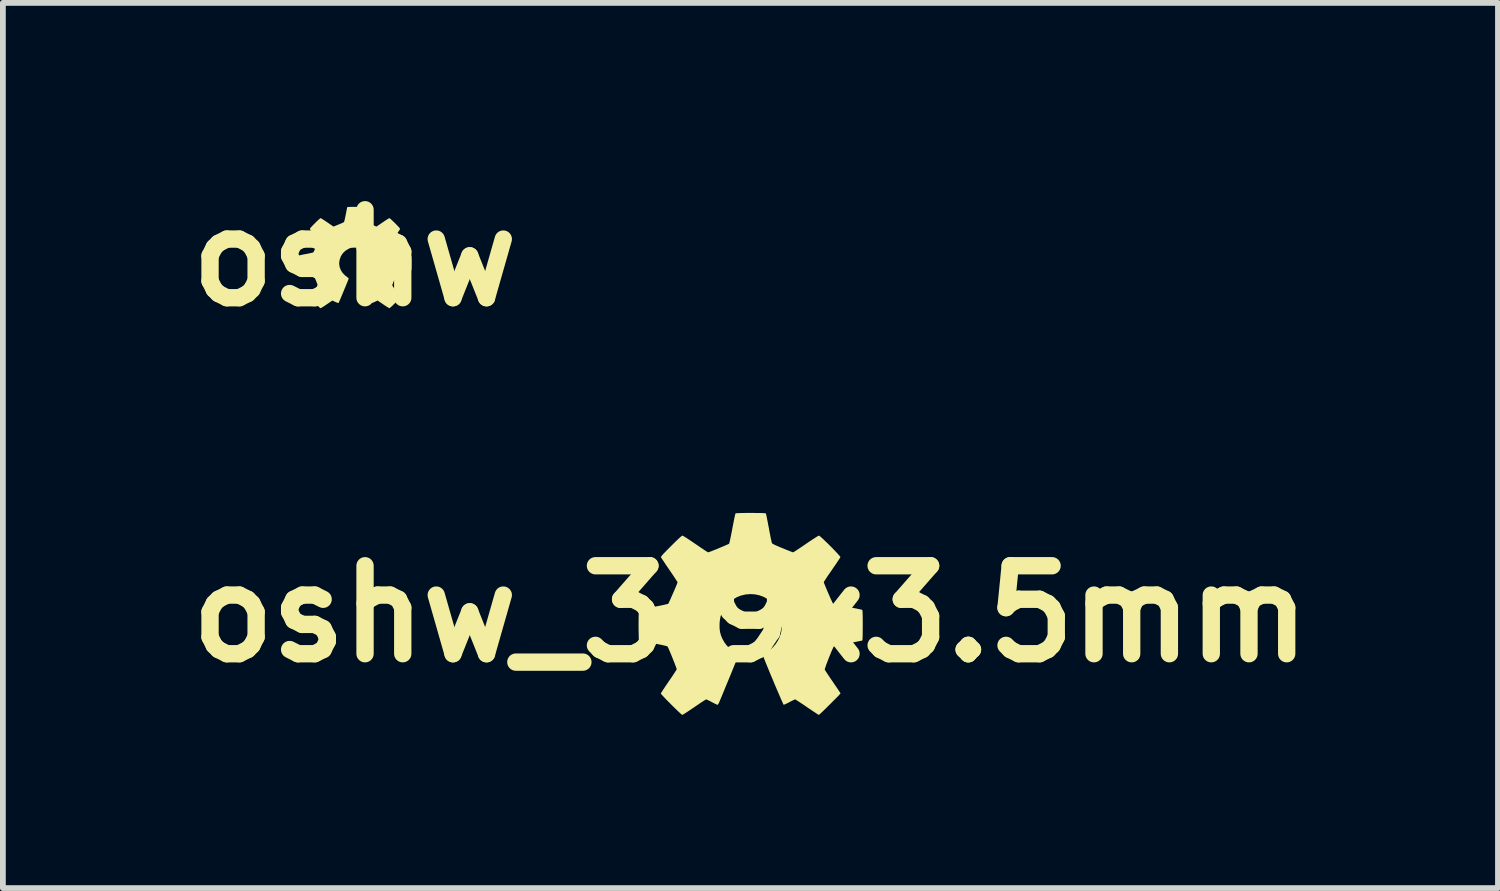
<source format=kicad_pcb>
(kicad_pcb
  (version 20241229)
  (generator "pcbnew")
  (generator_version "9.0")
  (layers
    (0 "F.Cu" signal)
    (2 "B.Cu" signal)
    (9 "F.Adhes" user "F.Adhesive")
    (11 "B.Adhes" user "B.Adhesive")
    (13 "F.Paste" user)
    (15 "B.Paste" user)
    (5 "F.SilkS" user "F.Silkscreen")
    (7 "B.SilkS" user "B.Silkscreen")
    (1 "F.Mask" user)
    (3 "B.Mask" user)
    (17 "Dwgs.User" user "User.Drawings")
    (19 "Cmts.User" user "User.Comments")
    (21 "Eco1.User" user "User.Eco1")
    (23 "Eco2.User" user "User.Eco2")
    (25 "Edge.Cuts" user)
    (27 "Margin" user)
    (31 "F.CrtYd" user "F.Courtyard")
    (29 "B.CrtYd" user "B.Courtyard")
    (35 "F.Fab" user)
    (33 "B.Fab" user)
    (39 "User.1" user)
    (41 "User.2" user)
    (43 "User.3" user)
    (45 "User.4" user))
  (footprint "oshw"
    (layer "F.Cu")
    (at 3.092 1.418)
    (property "Reference" "oshw" (at 0 0 0) (layer "F.SilkS") (effects (font (size 1.524 1.524) (thickness 0.3))))
    (attr through_hole)
    (fp_poly (pts (xy 0.041 -0.885) (xy 0.077 -0.884) (xy 0.107 -0.883) (xy 0.129 -0.882) (xy 0.14 -0.88) (xy 0.141 -0.88) (xy 0.143 -0.871) (xy 0.148 -0.85) (xy 0.154 -0.82) (xy 0.161 -0.784) (xy 0.167 -0.751) (xy 0.177 -0.699) (xy 0.186 -0.659) (xy 0.194 -0.632) (xy 0.2 -0.62) (xy 0.201 -0.619) (xy 0.212 -0.613) (xy 0.233 -0.603) (xy 0.262 -0.591) (xy 0.295 -0.577) (xy 0.296 -0.577) (xy 0.38 -0.543) (xy 0.487 -0.616) (xy 0.522 -0.64) (xy 0.553 -0.66) (xy 0.579 -0.676) (xy 0.596 -0.686) (xy 0.604 -0.689) (xy 0.612 -0.685) (xy 0.628 -0.671) (xy 0.651 -0.65) (xy 0.678 -0.624) (xy 0.703 -0.6) (xy 0.735 -0.567) (xy 0.758 -0.543) (xy 0.774 -0.526) (xy 0.783 -0.514) (xy 0.786 -0.505) (xy 0.786 -0.498) (xy 0.784 -0.493) (xy 0.777 -0.482) (xy 0.763 -0.461) (xy 0.744 -0.433) (xy 0.722 -0.4) (xy 0.71 -0.383) (xy 0.688 -0.351) (xy 0.669 -0.322) (xy 0.655 -0.3) (xy 0.647 -0.287) (xy 0.646 -0.284) (xy 0.649 -0.274) (xy 0.656 -0.254) (xy 0.668 -0.228) (xy 0.681 -0.197) (xy 0.695 -0.166) (xy 0.708 -0.138) (xy 0.719 -0.115) (xy 0.726 -0.1) (xy 0.728 -0.097) (xy 0.738 -0.093) (xy 0.759 -0.088) (xy 0.79 -0.081) (xy 0.826 -0.073) (xy 0.849 -0.069) (xy 0.889 -0.062) (xy 0.924 -0.055) (xy 0.952 -0.049) (xy 0.97 -0.044) (xy 0.974 -0.042) (xy 0.979 -0.039) (xy 0.982 -0.032) (xy 0.985 -0.019) (xy 0.986 0.000452) (xy 0.987 0.03) (xy 0.987 0.071) (xy 0.987 0.091) (xy 0.987 0.137) (xy 0.986 0.171) (xy 0.985 0.194) (xy 0.983 0.209) (xy 0.98 0.218) (xy 0.976 0.223) (xy 0.974 0.224) (xy 0.963 0.227) (xy 0.94 0.233) (xy 0.909 0.239) (xy 0.871 0.247) (xy 0.853 0.25) (xy 0.814 0.257) (xy 0.78 0.265) (xy 0.754 0.271) (xy 0.738 0.276) (xy 0.735 0.278) (xy 0.729 0.287) (xy 0.72 0.307) (xy 0.708 0.334) (xy 0.695 0.365) (xy 0.681 0.397) (xy 0.669 0.428) (xy 0.66 0.453) (xy 0.654 0.469) (xy 0.653 0.474) (xy 0.657 0.482) (xy 0.668 0.499) (xy 0.684 0.525) (xy 0.704 0.555) (xy 0.714 0.57) (xy 0.737 0.603) (xy 0.757 0.633) (xy 0.772 0.657) (xy 0.782 0.672) (xy 0.784 0.676) (xy 0.786 0.682) (xy 0.785 0.69) (xy 0.78 0.699) (xy 0.768 0.714) (xy 0.75 0.734) (xy 0.723 0.761) (xy 0.703 0.781) (xy 0.673 0.81) (xy 0.647 0.836) (xy 0.625 0.855) (xy 0.61 0.867) (xy 0.604 0.871) (xy 0.595 0.867) (xy 0.576 0.856) (xy 0.55 0.84) (xy 0.518 0.819) (xy 0.496 0.804) (xy 0.399 0.738) (xy 0.348 0.762) (xy 0.32 0.774) (xy 0.301 0.78) (xy 0.291 0.78) (xy 0.287 0.772) (xy 0.278 0.752) (xy 0.266 0.723) (xy 0.25 0.687) (xy 0.233 0.645) (xy 0.214 0.6) (xy 0.195 0.553) (xy 0.176 0.507) (xy 0.158 0.464) (xy 0.143 0.426) (xy 0.13 0.394) (xy 0.121 0.37) (xy 0.116 0.358) (xy 0.116 0.356) (xy 0.122 0.349) (xy 0.136 0.337) (xy 0.157 0.32) (xy 0.161 0.317) (xy 0.21 0.273) (xy 0.246 0.223) (xy 0.27 0.169) (xy 0.281 0.111) (xy 0.278 0.052) (xy 0.273 0.03) (xy 0.25 -0.031) (xy 0.216 -0.083) (xy 0.171 -0.126) (xy 0.117 -0.158) (xy 0.095 -0.168) (xy 0.074 -0.174) (xy 0.051 -0.177) (xy 0.019 -0.178) (xy 0.007 -0.178) (xy -0.028 -0.177) (xy -0.054 -0.175) (xy -0.075 -0.17) (xy -0.096 -0.162) (xy -0.103 -0.158) (xy -0.158 -0.125) (xy -0.203 -0.082) (xy -0.237 -0.029) (xy -0.258 0.03) (xy -0.267 0.09) (xy -0.261 0.148) (xy -0.242 0.204) (xy -0.21 0.256) (xy -0.166 0.302) (xy -0.147 0.317) (xy -0.125 0.333) (xy -0.109 0.347) (xy -0.102 0.356) (xy -0.102 0.356) (xy -0.104 0.365) (xy -0.112 0.385) (xy -0.123 0.414) (xy -0.138 0.45) (xy -0.155 0.492) (xy -0.174 0.538) (xy -0.193 0.584) (xy -0.212 0.63) (xy -0.23 0.673) (xy -0.246 0.711) (xy -0.26 0.743) (xy -0.27 0.766) (xy -0.276 0.778) (xy -0.277 0.78) (xy -0.286 0.78) (xy -0.306 0.774) (xy -0.334 0.762) (xy -0.384 0.738) (xy -0.482 0.804) (xy -0.515 0.827) (xy -0.545 0.846) (xy -0.569 0.861) (xy -0.584 0.869) (xy -0.589 0.871) (xy -0.597 0.866) (xy -0.614 0.852) (xy -0.636 0.832) (xy -0.664 0.806) (xy -0.688 0.781) (xy -0.721 0.748) (xy -0.744 0.724) (xy -0.759 0.707) (xy -0.768 0.695) (xy -0.772 0.686) (xy -0.771 0.679) (xy -0.77 0.676) (xy -0.763 0.664) (xy -0.749 0.644) (xy -0.731 0.616) (xy -0.709 0.584) (xy -0.7 0.57) (xy -0.679 0.538) (xy -0.66 0.511) (xy -0.647 0.489) (xy -0.64 0.476) (xy -0.639 0.474) (xy -0.641 0.463) (xy -0.649 0.443) (xy -0.66 0.415) (xy -0.672 0.384) (xy -0.686 0.352) (xy -0.699 0.322) (xy -0.71 0.298) (xy -0.718 0.282) (xy -0.72 0.278) (xy -0.73 0.274) (xy -0.752 0.268) (xy -0.782 0.261) (xy -0.819 0.254) (xy -0.838 0.25) (xy -0.877 0.243) (xy -0.912 0.236) (xy -0.939 0.23) (xy -0.956 0.225) (xy -0.96 0.224) (xy -0.964 0.22) (xy -0.968 0.213) (xy -0.97 0.201) (xy -0.971 0.181) (xy -0.972 0.152) (xy -0.972 0.111) (xy -0.972 0.091) (xy -0.972 0.045) (xy -0.972 0.011) (xy -0.971 -0.012) (xy -0.969 -0.027) (xy -0.966 -0.036) (xy -0.962 -0.041) (xy -0.96 -0.042) (xy -0.948 -0.046) (xy -0.926 -0.051) (xy -0.894 -0.058) (xy -0.857 -0.065) (xy -0.835 -0.069) (xy -0.795 -0.077) (xy -0.761 -0.084) (xy -0.734 -0.09) (xy -0.718 -0.095) (xy -0.714 -0.097) (xy -0.708 -0.106) (xy -0.699 -0.125) (xy -0.687 -0.152) (xy -0.673 -0.182) (xy -0.659 -0.213) (xy -0.647 -0.242) (xy -0.637 -0.266) (xy -0.632 -0.281) (xy -0.631 -0.284) (xy -0.635 -0.291) (xy -0.646 -0.309) (xy -0.662 -0.334) (xy -0.683 -0.364) (xy -0.696 -0.383) (xy -0.719 -0.417) (xy -0.739 -0.447) (xy -0.756 -0.472) (xy -0.766 -0.489) (xy -0.769 -0.493) (xy -0.772 -0.5) (xy -0.771 -0.507) (xy -0.767 -0.516) (xy -0.756 -0.529) (xy -0.739 -0.548) (xy -0.714 -0.574) (xy -0.688 -0.6) (xy -0.659 -0.629) (xy -0.632 -0.654) (xy -0.61 -0.674) (xy -0.595 -0.686) (xy -0.589 -0.689) (xy -0.58 -0.686) (xy -0.562 -0.675) (xy -0.535 -0.658) (xy -0.503 -0.637) (xy -0.472 -0.616) (xy -0.365 -0.543) (xy -0.281 -0.577) (xy -0.248 -0.591) (xy -0.219 -0.603) (xy -0.198 -0.613) (xy -0.187 -0.619) (xy -0.186 -0.619) (xy -0.18 -0.63) (xy -0.173 -0.655) (xy -0.164 -0.694) (xy -0.154 -0.745) (xy -0.152 -0.751) (xy -0.145 -0.791) (xy -0.138 -0.827) (xy -0.132 -0.855) (xy -0.128 -0.874) (xy -0.126 -0.88) (xy -0.118 -0.882) (xy -0.098 -0.883) (xy -0.069 -0.884) (xy -0.035 -0.885) (xy 0.003 -0.885) (xy 0.041 -0.885)) (stroke (width 0) (type solid)) (fill yes) (layer "F.SilkS")))
  (footprint "oshw_3.9x3.5mm"
    (layer "F.Cu")
    (at 9.95 7.585)
    (property "Reference" "oshw_3.9x3.5mm" (at 0 0 0) (layer "F.SilkS") (effects (font (size 1.524 1.524) (thickness 0.3))))
    (attr through_hole)
    (fp_poly (pts (xy 0.075 -1.749) (xy 0.134 -1.748) (xy 0.18 -1.748) (xy 0.215 -1.747) (xy 0.24 -1.745) (xy 0.257 -1.743) (xy 0.265 -1.741) (xy 0.267 -1.74) (xy 0.27 -1.731) (xy 0.275 -1.709) (xy 0.282 -1.677) (xy 0.29 -1.635) (xy 0.3 -1.586) (xy 0.31 -1.531) (xy 0.319 -1.488) (xy 0.329 -1.429) (xy 0.34 -1.375) (xy 0.349 -1.327) (xy 0.358 -1.286) (xy 0.365 -1.254) (xy 0.37 -1.234) (xy 0.372 -1.227) (xy 0.378 -1.22) (xy 0.39 -1.212) (xy 0.409 -1.202) (xy 0.437 -1.189) (xy 0.475 -1.172) (xy 0.525 -1.151) (xy 0.555 -1.139) (xy 0.603 -1.119) (xy 0.646 -1.102) (xy 0.683 -1.087) (xy 0.712 -1.076) (xy 0.731 -1.069) (xy 0.739 -1.067) (xy 0.747 -1.071) (xy 0.765 -1.082) (xy 0.793 -1.1) (xy 0.828 -1.123) (xy 0.87 -1.151) (xy 0.916 -1.182) (xy 0.96 -1.212) (xy 1.009 -1.246) (xy 1.056 -1.277) (xy 1.097 -1.304) (xy 1.133 -1.327) (xy 1.16 -1.344) (xy 1.179 -1.354) (xy 1.186 -1.357) (xy 1.195 -1.352) (xy 1.213 -1.338) (xy 1.237 -1.317) (xy 1.267 -1.289) (xy 1.301 -1.256) (xy 1.338 -1.221) (xy 1.376 -1.183) (xy 1.414 -1.145) (xy 1.45 -1.108) (xy 1.483 -1.073) (xy 1.512 -1.042) (xy 1.535 -1.016) (xy 1.551 -0.997) (xy 1.558 -0.986) (xy 1.558 -0.984) (xy 1.555 -0.977) (xy 1.548 -0.966) (xy 1.537 -0.948) (xy 1.521 -0.925) (xy 1.5 -0.893) (xy 1.473 -0.853) (xy 1.439 -0.804) (xy 1.398 -0.744) (xy 1.374 -0.709) (xy 1.345 -0.668) (xy 1.32 -0.63) (xy 1.299 -0.597) (xy 1.282 -0.572) (xy 1.273 -0.555) (xy 1.27 -0.549) (xy 1.273 -0.54) (xy 1.281 -0.519) (xy 1.293 -0.489) (xy 1.308 -0.453) (xy 1.325 -0.412) (xy 1.344 -0.368) (xy 1.363 -0.325) (xy 1.381 -0.283) (xy 1.398 -0.245) (xy 1.413 -0.214) (xy 1.424 -0.19) (xy 1.431 -0.178) (xy 1.432 -0.176) (xy 1.441 -0.173) (xy 1.463 -0.167) (xy 1.495 -0.16) (xy 1.537 -0.151) (xy 1.586 -0.141) (xy 1.641 -0.13) (xy 1.684 -0.122) (xy 1.742 -0.111) (xy 1.795 -0.101) (xy 1.842 -0.092) (xy 1.882 -0.083) (xy 1.912 -0.077) (xy 1.93 -0.072) (xy 1.936 -0.07) (xy 1.938 -0.065) (xy 1.94 -0.053) (xy 1.942 -0.032) (xy 1.943 -0.002) (xy 1.944 0.039) (xy 1.945 0.091) (xy 1.945 0.156) (xy 1.945 0.196) (xy 1.945 0.256) (xy 1.944 0.312) (xy 1.944 0.361) (xy 1.943 0.402) (xy 1.941 0.433) (xy 1.94 0.453) (xy 1.939 0.46) (xy 1.93 0.462) (xy 1.909 0.467) (xy 1.878 0.473) (xy 1.837 0.481) (xy 1.788 0.491) (xy 1.734 0.501) (xy 1.694 0.508) (xy 1.621 0.522) (xy 1.561 0.534) (xy 1.515 0.544) (xy 1.48 0.552) (xy 1.457 0.558) (xy 1.445 0.563) (xy 1.443 0.565) (xy 1.437 0.575) (xy 1.427 0.597) (xy 1.413 0.628) (xy 1.397 0.665) (xy 1.38 0.707) (xy 1.362 0.752) (xy 1.344 0.798) (xy 1.327 0.842) (xy 1.312 0.882) (xy 1.3 0.917) (xy 1.291 0.943) (xy 1.287 0.96) (xy 1.286 0.964) (xy 1.291 0.972) (xy 1.303 0.992) (xy 1.322 1.02) (xy 1.345 1.055) (xy 1.373 1.097) (xy 1.404 1.143) (xy 1.425 1.173) (xy 1.457 1.221) (xy 1.487 1.264) (xy 1.513 1.303) (xy 1.534 1.335) (xy 1.55 1.359) (xy 1.559 1.373) (xy 1.56 1.376) (xy 1.555 1.383) (xy 1.541 1.399) (xy 1.52 1.422) (xy 1.492 1.45) (xy 1.459 1.483) (xy 1.423 1.519) (xy 1.386 1.557) (xy 1.347 1.595) (xy 1.31 1.632) (xy 1.275 1.666) (xy 1.244 1.696) (xy 1.218 1.72) (xy 1.198 1.738) (xy 1.187 1.748) (xy 1.184 1.749) (xy 1.176 1.745) (xy 1.158 1.734) (xy 1.131 1.716) (xy 1.096 1.693) (xy 1.055 1.666) (xy 1.009 1.635) (xy 0.98 1.615) (xy 0.932 1.582) (xy 0.888 1.553) (xy 0.849 1.527) (xy 0.817 1.506) (xy 0.793 1.491) (xy 0.778 1.482) (xy 0.774 1.48) (xy 0.764 1.484) (xy 0.744 1.493) (xy 0.716 1.506) (xy 0.684 1.523) (xy 0.675 1.528) (xy 0.642 1.545) (xy 0.613 1.559) (xy 0.59 1.569) (xy 0.577 1.573) (xy 0.576 1.573) (xy 0.571 1.567) (xy 0.562 1.548) (xy 0.549 1.518) (xy 0.531 1.479) (xy 0.511 1.432) (xy 0.488 1.379) (xy 0.463 1.321) (xy 0.436 1.258) (xy 0.409 1.194) (xy 0.382 1.128) (xy 0.354 1.063) (xy 0.328 0.999) (xy 0.303 0.939) (xy 0.28 0.883) (xy 0.26 0.833) (xy 0.243 0.791) (xy 0.23 0.757) (xy 0.222 0.733) (xy 0.218 0.72) (xy 0.218 0.719) (xy 0.224 0.71) (xy 0.24 0.695) (xy 0.264 0.676) (xy 0.276 0.668) (xy 0.341 0.621) (xy 0.394 0.573) (xy 0.437 0.522) (xy 0.475 0.463) (xy 0.497 0.42) (xy 0.526 0.342) (xy 0.542 0.261) (xy 0.545 0.178) (xy 0.535 0.095) (xy 0.512 0.013) (xy 0.478 -0.064) (xy 0.433 -0.133) (xy 0.376 -0.196) (xy 0.311 -0.249) (xy 0.238 -0.291) (xy 0.161 -0.321) (xy 0.08 -0.339) (xy -0.003 -0.344) (xy -0.086 -0.337) (xy -0.169 -0.317) (xy -0.236 -0.29) (xy -0.307 -0.247) (xy -0.372 -0.193) (xy -0.428 -0.13) (xy -0.473 -0.061) (xy -0.475 -0.058) (xy -0.499 -0.008) (xy -0.516 0.037) (xy -0.526 0.084) (xy -0.533 0.136) (xy -0.535 0.174) (xy -0.535 0.248) (xy -0.527 0.313) (xy -0.51 0.374) (xy -0.484 0.435) (xy -0.483 0.437) (xy -0.448 0.498) (xy -0.407 0.551) (xy -0.359 0.6) (xy -0.3 0.647) (xy -0.268 0.669) (xy -0.242 0.688) (xy -0.222 0.704) (xy -0.212 0.716) (xy -0.21 0.719) (xy -0.213 0.728) (xy -0.221 0.75) (xy -0.234 0.783) (xy -0.252 0.827) (xy -0.274 0.881) (xy -0.3 0.945) (xy -0.329 1.017) (xy -0.362 1.097) (xy -0.398 1.184) (xy -0.437 1.278) (xy -0.477 1.376) (xy -0.52 1.479) (xy -0.537 1.519) (xy -0.549 1.546) (xy -0.561 1.566) (xy -0.569 1.575) (xy -0.57 1.575) (xy -0.58 1.571) (xy -0.6 1.562) (xy -0.628 1.549) (xy -0.66 1.532) (xy -0.668 1.528) (xy -0.701 1.51) (xy -0.73 1.496) (xy -0.752 1.486) (xy -0.765 1.481) (xy -0.767 1.48) (xy -0.775 1.484) (xy -0.794 1.496) (xy -0.822 1.513) (xy -0.857 1.536) (xy -0.898 1.564) (xy -0.944 1.595) (xy -0.973 1.615) (xy -1.021 1.647) (xy -1.065 1.677) (xy -1.104 1.703) (xy -1.137 1.724) (xy -1.161 1.739) (xy -1.177 1.747) (xy -1.181 1.749) (xy -1.189 1.744) (xy -1.206 1.73) (xy -1.23 1.708) (xy -1.261 1.679) (xy -1.297 1.644) (xy -1.337 1.605) (xy -1.373 1.569) (xy -1.415 1.527) (xy -1.454 1.488) (xy -1.487 1.453) (xy -1.515 1.423) (xy -1.536 1.4) (xy -1.549 1.384) (xy -1.553 1.379) (xy -1.549 1.37) (xy -1.537 1.352) (xy -1.52 1.324) (xy -1.496 1.289) (xy -1.469 1.247) (xy -1.438 1.202) (xy -1.415 1.168) (xy -1.382 1.12) (xy -1.352 1.076) (xy -1.326 1.036) (xy -1.304 1.003) (xy -1.289 0.978) (xy -1.279 0.963) (xy -1.277 0.958) (xy -1.28 0.947) (xy -1.287 0.926) (xy -1.299 0.895) (xy -1.313 0.857) (xy -1.33 0.815) (xy -1.348 0.77) (xy -1.366 0.724) (xy -1.384 0.681) (xy -1.401 0.641) (xy -1.415 0.608) (xy -1.427 0.582) (xy -1.434 0.568) (xy -1.436 0.565) (xy -1.445 0.56) (xy -1.464 0.554) (xy -1.495 0.547) (xy -1.537 0.537) (xy -1.592 0.526) (xy -1.661 0.513) (xy -1.686 0.508) (xy -1.744 0.498) (xy -1.796 0.488) (xy -1.842 0.479) (xy -1.881 0.471) (xy -1.91 0.465) (xy -1.927 0.461) (xy -1.931 0.46) (xy -1.933 0.452) (xy -1.934 0.432) (xy -1.935 0.4) (xy -1.936 0.358) (xy -1.937 0.309) (xy -1.938 0.253) (xy -1.938 0.196) (xy -1.938 0.124) (xy -1.937 0.065) (xy -1.936 0.018) (xy -1.935 -0.017) (xy -1.934 -0.043) (xy -1.932 -0.059) (xy -1.93 -0.068) (xy -1.929 -0.07) (xy -1.92 -0.073) (xy -1.898 -0.078) (xy -1.865 -0.085) (xy -1.824 -0.094) (xy -1.775 -0.104) (xy -1.72 -0.114) (xy -1.677 -0.122) (xy -1.619 -0.133) (xy -1.565 -0.143) (xy -1.518 -0.153) (xy -1.479 -0.162) (xy -1.449 -0.169) (xy -1.43 -0.174) (xy -1.425 -0.176) (xy -1.419 -0.185) (xy -1.41 -0.205) (xy -1.396 -0.234) (xy -1.38 -0.27) (xy -1.362 -0.311) (xy -1.343 -0.354) (xy -1.324 -0.397) (xy -1.306 -0.439) (xy -1.29 -0.477) (xy -1.277 -0.509) (xy -1.268 -0.533) (xy -1.263 -0.547) (xy -1.263 -0.548) (xy -1.267 -0.556) (xy -1.278 -0.574) (xy -1.296 -0.602) (xy -1.319 -0.637) (xy -1.346 -0.678) (xy -1.377 -0.723) (xy -1.401 -0.759) (xy -1.435 -0.808) (xy -1.466 -0.853) (xy -1.493 -0.894) (xy -1.516 -0.929) (xy -1.534 -0.955) (xy -1.545 -0.973) (xy -1.548 -0.978) (xy -1.549 -0.983) (xy -1.549 -0.989) (xy -1.545 -0.997) (xy -1.537 -1.009) (xy -1.523 -1.024) (xy -1.504 -1.045) (xy -1.478 -1.072) (xy -1.444 -1.107) (xy -1.401 -1.15) (xy -1.375 -1.176) (xy -1.318 -1.233) (xy -1.271 -1.279) (xy -1.233 -1.314) (xy -1.205 -1.339) (xy -1.187 -1.353) (xy -1.179 -1.357) (xy -1.17 -1.353) (xy -1.15 -1.342) (xy -1.121 -1.324) (xy -1.085 -1.301) (xy -1.043 -1.273) (xy -0.996 -1.241) (xy -0.953 -1.212) (xy -0.903 -1.178) (xy -0.858 -1.147) (xy -0.817 -1.12) (xy -0.783 -1.097) (xy -0.756 -1.08) (xy -0.739 -1.07) (xy -0.733 -1.067) (xy -0.723 -1.07) (xy -0.702 -1.077) (xy -0.673 -1.088) (xy -0.636 -1.103) (xy -0.595 -1.119) (xy -0.552 -1.137) (xy -0.509 -1.155) (xy -0.468 -1.172) (xy -0.432 -1.188) (xy -0.402 -1.201) (xy -0.381 -1.21) (xy -0.371 -1.216) (xy -0.371 -1.216) (xy -0.367 -1.225) (xy -0.361 -1.248) (xy -0.353 -1.282) (xy -0.344 -1.326) (xy -0.333 -1.379) (xy -0.321 -1.441) (xy -0.314 -1.478) (xy -0.303 -1.537) (xy -0.292 -1.592) (xy -0.283 -1.64) (xy -0.274 -1.681) (xy -0.267 -1.712) (xy -0.262 -1.733) (xy -0.26 -1.74) (xy -0.254 -1.742) (xy -0.241 -1.745) (xy -0.22 -1.746) (xy -0.19 -1.747) (xy -0.149 -1.748) (xy -0.096 -1.749) (xy -0.03 -1.749) (xy 0.004 -1.749) (xy 0.075 -1.749)) (stroke (width 0) (type solid)) (fill yes) (layer "F.SilkS")))
  (gr_rect
    (start -3 -3)
    (end 22.899 12.334)
    (stroke (width 0.1) (type default))
    (fill no)
    (layer "Edge.Cuts")))
</source>
